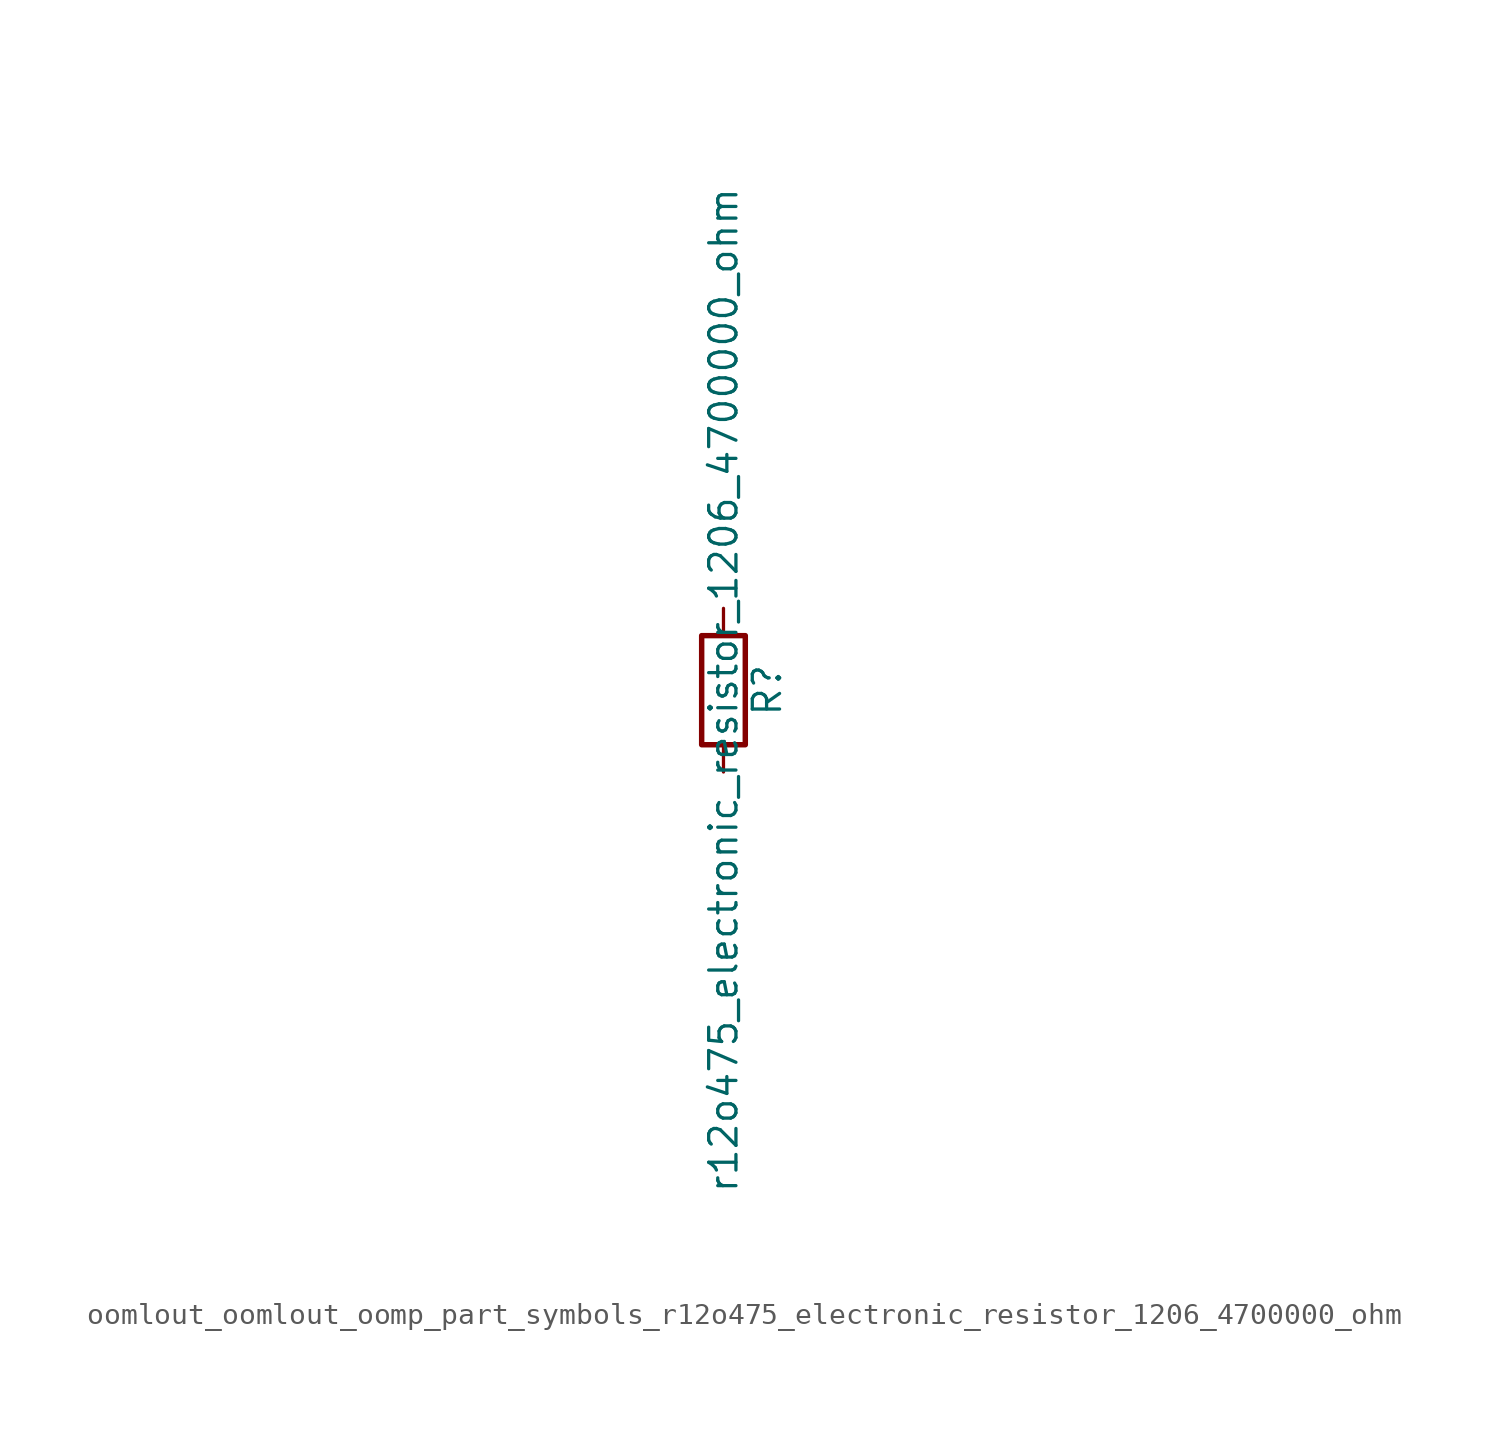
<source format=kicad_sym>
(kicad_symbol_lib
  (version 20220914)
  (generator kicad_symbol_editor)
  (symbol "oomlout_oomlout_oomp_part_symbols_r12o475_electronic_resistor_1206_4700000_ohm"
    (pin_numbers hide)
    (pin_names
      (offset 0))
    (property "Reference" "R"
      (at 2.032 0 90)
      (effects (font (size 1.27 1.27))))
    (property "Value" "r12o475_electronic_resistor_1206_4700000_ohm"
      (at 0 0 90)
      (effects (font (size 1.27 1.27))))
    (symbol "oomlout_oomlout_oomp_part_symbols_r12o475_electronic_resistor_1206_4700000_ohm_0_1"
      (rectangle (start -1.016 -2.54) (end 1.016 2.54) (stroke (width 0.254) (type default)) (fill (type none))))
    (symbol "oomlout_oomlout_oomp_part_symbols_r12o475_electronic_resistor_1206_4700000_ohm_1_1"
      (pin passive line (at 0 3.81 270) (length 1.27) (name "~" (effects (font (size 1.27 1.27)))) (number "1" (effects (font (size 1.27 1.27)))))
      (pin passive line (at 0 -3.81 90) (length 1.27) (name "~" (effects (font (size 1.27 1.27)))) (number "2" (effects (font (size 1.27 1.27))))))))
</source>
